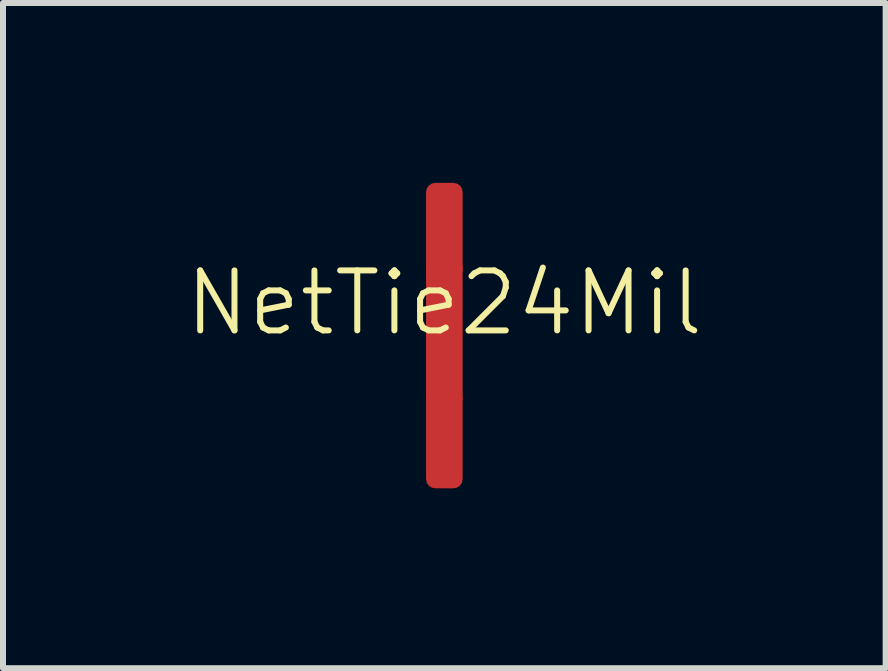
<source format=kicad_pcb>
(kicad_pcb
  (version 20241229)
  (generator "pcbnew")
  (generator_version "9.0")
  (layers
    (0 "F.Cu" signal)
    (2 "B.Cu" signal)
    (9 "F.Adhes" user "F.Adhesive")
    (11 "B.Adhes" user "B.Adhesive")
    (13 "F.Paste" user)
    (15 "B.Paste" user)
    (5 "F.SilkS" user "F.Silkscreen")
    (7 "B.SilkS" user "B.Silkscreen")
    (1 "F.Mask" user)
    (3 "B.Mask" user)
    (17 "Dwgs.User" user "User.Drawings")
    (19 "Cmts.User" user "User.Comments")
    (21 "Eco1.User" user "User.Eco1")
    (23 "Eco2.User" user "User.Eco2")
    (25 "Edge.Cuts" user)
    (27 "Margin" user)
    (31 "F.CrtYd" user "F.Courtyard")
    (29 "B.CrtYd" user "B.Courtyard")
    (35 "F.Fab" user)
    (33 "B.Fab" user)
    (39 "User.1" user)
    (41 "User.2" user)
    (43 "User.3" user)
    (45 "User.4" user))
  (footprint "NetTie24Mil"
    (layer "F.Cu")
    (at 4.36 2.502)
    (property "Reference" "NetTie24Mil" (at 0 -0.5 0) (unlocked yes) (layer "F.SilkS") (effects (font (size 1 1) (thickness 0.1))))
    (fp_poly (pts (xy -0.305 -1.118) (xy -0.305 1.118) (xy 0.305 1.118) (xy 0.305 -1.118)) (stroke (width 0) (type solid)) (fill yes) (layer "F.Cu"))
    (pad "1" smd roundrect (at 0 -1.702) (size 0.61 1.6) (layers "F.Cu" "F.Mask") (roundrect_rratio 0.25))
    (pad "2" smd roundrect (at 0 1.778) (size 0.61 1.626) (layers "F.Cu" "F.Mask") (roundrect_rratio 0.25)))
  (gr_rect
    (start -3 -3)
    (end 11.719 8.093)
    (stroke (width 0.1) (type default))
    (fill no)
    (layer "Edge.Cuts")))
</source>
